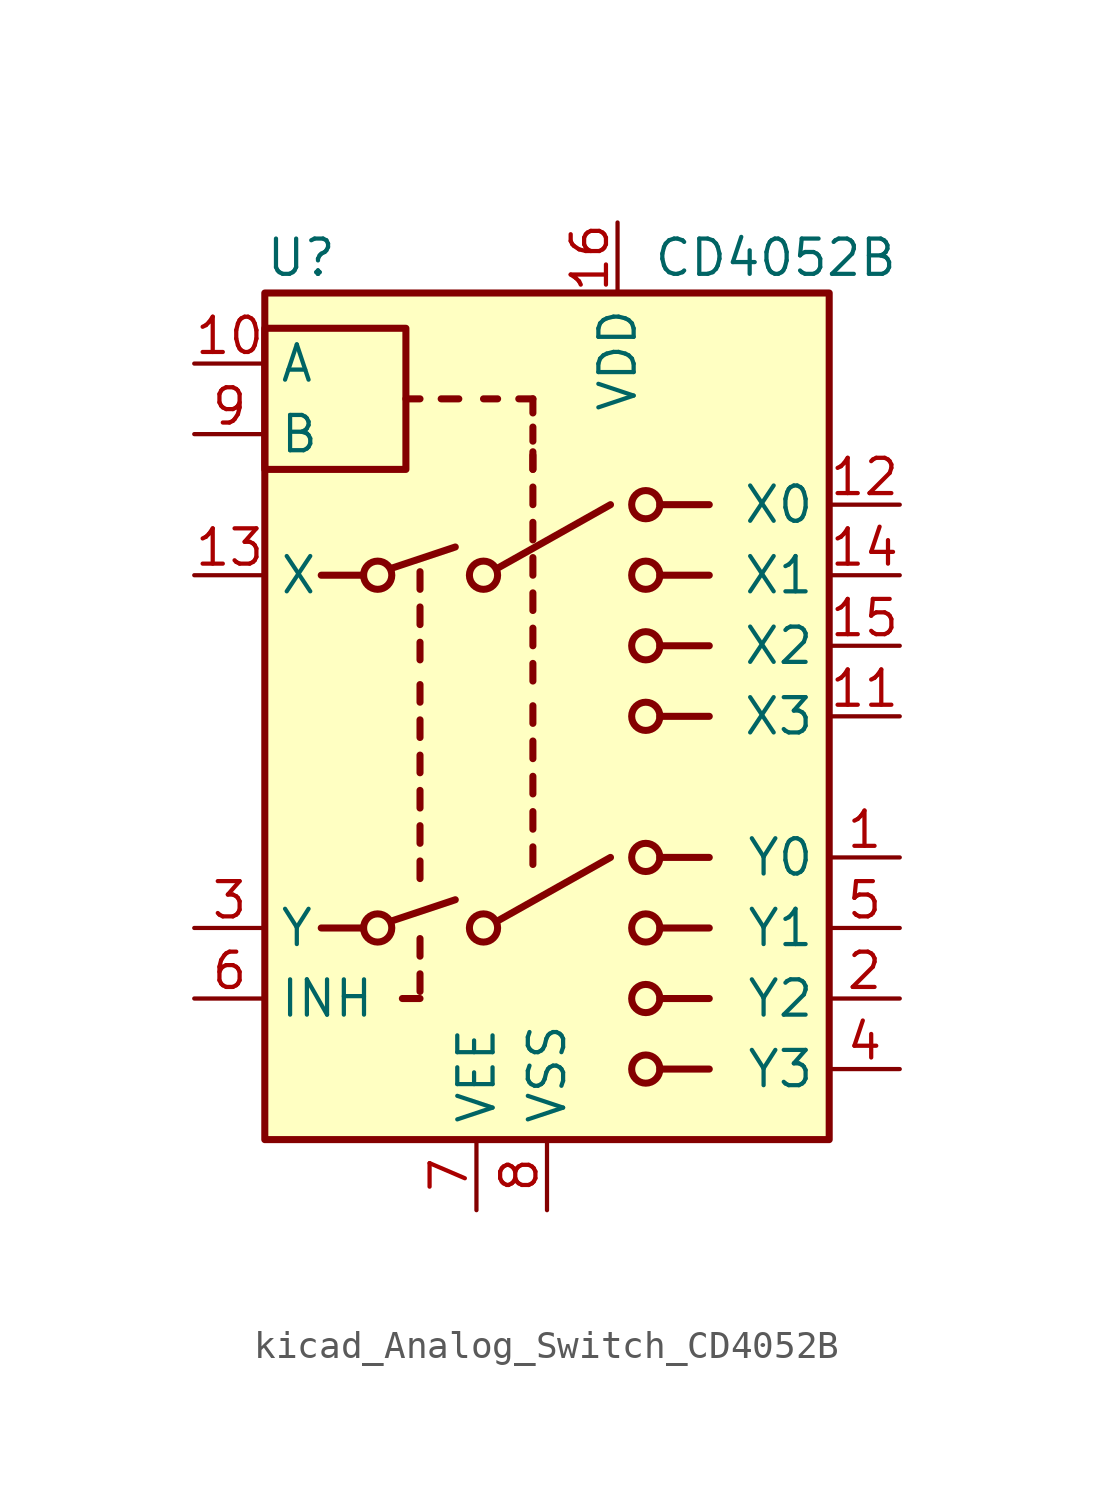
<source format=kicad_sym>
(kicad_symbol_lib
  (version 20220914)
  (generator kicad_symbol_editor)
  (symbol "kicad_Analog_Switch_CD4052B"
    (property "Reference" "U"
      (at -10.16 16.51 0)
      (effects (font (size 1.27 1.27)) (justify left)))
    (property "Value" "CD4052B"
      (at 3.81 16.51 0)
      (effects (font (size 1.27 1.27)) (justify left)))
    (symbol "kicad_Analog_Switch_CD4052B_0_1"
      (rectangle (start -10.16 8.89) (end -5.08 13.97) (stroke (width 0.254) (type default)) (fill (type none)))
      (rectangle (start -10.16 15.24) (end 10.16 -15.24) (stroke (width 0.254) (type default)) (fill (type background)))
      (circle (center -6.096 -7.62) (radius 0.508) (stroke (width 0.254) (type default)) (fill (type none)))
      (circle (center -6.096 5.08) (radius 0.508) (stroke (width 0.254) (type default)) (fill (type none)))
      (circle (center -2.286 -7.62) (radius 0.508) (stroke (width 0.254) (type default)) (fill (type none)))
      (circle (center -2.286 5.08) (radius 0.508) (stroke (width 0.254) (type default)) (fill (type none)))
      (polyline (pts (xy -8.128 -7.62) (xy -6.604 -7.62)) (stroke (width 0.254) (type default)) (fill (type none)))
      (polyline (pts (xy -8.128 5.08) (xy -6.604 5.08)) (stroke (width 0.254) (type default)) (fill (type none)))
      (polyline (pts (xy -5.588 -7.366) (xy -3.302 -6.604)) (stroke (width 0.254) (type default)) (fill (type none)))
      (polyline (pts (xy -5.588 5.334) (xy -3.302 6.096)) (stroke (width 0.254) (type default)) (fill (type none)))
      (polyline (pts (xy -4.572 -10.16) (xy -5.207 -10.16)) (stroke (width 0.254) (type default)) (fill (type none)))
      (polyline (pts (xy -4.572 -9.906) (xy -4.572 -9.271)) (stroke (width 0.254) (type default)) (fill (type none)))
      (polyline (pts (xy -4.572 -8.636) (xy -4.572 -8.001)) (stroke (width 0.254) (type default)) (fill (type none)))
      (polyline (pts (xy -4.572 -5.842) (xy -4.572 -5.207)) (stroke (width 0.254) (type default)) (fill (type none)))
      (polyline (pts (xy -4.572 -4.572) (xy -4.572 -3.937)) (stroke (width 0.254) (type default)) (fill (type none)))
      (polyline (pts (xy -4.572 -3.302) (xy -4.572 -2.667)) (stroke (width 0.254) (type default)) (fill (type none)))
      (polyline (pts (xy -4.572 -2.032) (xy -4.572 -1.397)) (stroke (width 0.254) (type default)) (fill (type none)))
      (polyline (pts (xy -4.572 -0.762) (xy -4.572 -0.127)) (stroke (width 0.254) (type default)) (fill (type none)))
      (polyline (pts (xy -4.572 0.508) (xy -4.572 1.143)) (stroke (width 0.254) (type default)) (fill (type none)))
      (polyline (pts (xy -4.572 2.032) (xy -4.572 2.667)) (stroke (width 0.254) (type default)) (fill (type none)))
      (polyline (pts (xy -4.572 3.302) (xy -4.572 3.937)) (stroke (width 0.254) (type default)) (fill (type none)))
      (polyline (pts (xy -4.572 4.572) (xy -4.572 5.207)) (stroke (width 0.254) (type default)) (fill (type none)))
      (polyline (pts (xy -4.572 11.43) (xy -5.08 11.43)) (stroke (width 0.254) (type default)) (fill (type none)))
      (polyline (pts (xy -3.81 11.43) (xy -3.175 11.43)) (stroke (width 0.254) (type default)) (fill (type none)))
      (polyline (pts (xy -1.778 -7.366) (xy 2.286 -5.08)) (stroke (width 0.254) (type default)) (fill (type none)))
      (polyline (pts (xy -1.778 5.334) (xy 2.286 7.62)) (stroke (width 0.254) (type default)) (fill (type none)))
      (polyline (pts (xy -1.778 11.43) (xy -2.286 11.43)) (stroke (width 0.254) (type default)) (fill (type none)))
      (polyline (pts (xy -0.508 -5.334) (xy -0.508 -4.699)) (stroke (width 0.254) (type default)) (fill (type none)))
      (polyline (pts (xy -0.508 -4.064) (xy -0.508 -3.429)) (stroke (width 0.254) (type default)) (fill (type none)))
      (polyline (pts (xy -0.508 -2.794) (xy -0.508 -2.159)) (stroke (width 0.254) (type default)) (fill (type none)))
      (polyline (pts (xy -0.508 -1.524) (xy -0.508 -0.889)) (stroke (width 0.254) (type default)) (fill (type none)))
      (polyline (pts (xy -0.508 -0.254) (xy -0.508 0.381)) (stroke (width 0.254) (type default)) (fill (type none)))
      (polyline (pts (xy -0.508 1.27) (xy -0.508 1.905)) (stroke (width 0.254) (type default)) (fill (type none)))
      (polyline (pts (xy -0.508 2.54) (xy -0.508 3.175)) (stroke (width 0.254) (type default)) (fill (type none)))
      (polyline (pts (xy -0.508 3.81) (xy -0.508 4.445)) (stroke (width 0.254) (type default)) (fill (type none)))
      (polyline (pts (xy -0.508 5.08) (xy -0.508 5.715)) (stroke (width 0.254) (type default)) (fill (type none)))
      (polyline (pts (xy -0.508 6.35) (xy -0.508 6.985)) (stroke (width 0.254) (type default)) (fill (type none)))
      (polyline (pts (xy -0.508 7.62) (xy -0.508 8.255)) (stroke (width 0.254) (type default)) (fill (type none)))
      (polyline (pts (xy -0.508 8.89) (xy -0.508 9.398)) (stroke (width 0.254) (type default)) (fill (type none)))
      (polyline (pts (xy -0.508 8.89) (xy -0.508 9.525)) (stroke (width 0.254) (type default)) (fill (type none)))
      (polyline (pts (xy -0.508 9.906) (xy -0.508 10.414)) (stroke (width 0.254) (type default)) (fill (type none)))
      (polyline (pts (xy -0.508 10.922) (xy -0.508 11.43)) (stroke (width 0.254) (type default)) (fill (type none)))
      (polyline (pts (xy -0.508 11.43) (xy -1.016 11.43)) (stroke (width 0.254) (type default)) (fill (type none)))
      (polyline (pts (xy 4.064 -12.7) (xy 5.842 -12.7)) (stroke (width 0.254) (type default)) (fill (type none)))
      (polyline (pts (xy 4.064 -10.16) (xy 5.842 -10.16)) (stroke (width 0.254) (type default)) (fill (type none)))
      (polyline (pts (xy 4.064 -7.62) (xy 5.842 -7.62)) (stroke (width 0.254) (type default)) (fill (type none)))
      (polyline (pts (xy 4.064 -5.08) (xy 5.842 -5.08)) (stroke (width 0.254) (type default)) (fill (type none)))
      (polyline (pts (xy 4.064 0) (xy 5.842 0)) (stroke (width 0.254) (type default)) (fill (type none)))
      (polyline (pts (xy 4.064 2.54) (xy 5.842 2.54)) (stroke (width 0.254) (type default)) (fill (type none)))
      (polyline (pts (xy 4.064 5.08) (xy 5.842 5.08)) (stroke (width 0.254) (type default)) (fill (type none)))
      (polyline (pts (xy 4.064 7.62) (xy 5.842 7.62)) (stroke (width 0.254) (type default)) (fill (type none)))
      (circle (center 3.556 -12.7) (radius 0.508) (stroke (width 0.254) (type default)) (fill (type none)))
      (circle (center 3.556 -10.16) (radius 0.508) (stroke (width 0.254) (type default)) (fill (type none)))
      (circle (center 3.556 -7.62) (radius 0.508) (stroke (width 0.254) (type default)) (fill (type none)))
      (circle (center 3.556 -5.08) (radius 0.508) (stroke (width 0.254) (type default)) (fill (type none)))
      (circle (center 3.556 0) (radius 0.508) (stroke (width 0.254) (type default)) (fill (type none)))
      (circle (center 3.556 2.54) (radius 0.508) (stroke (width 0.254) (type default)) (fill (type none)))
      (circle (center 3.556 5.08) (radius 0.508) (stroke (width 0.254) (type default)) (fill (type none)))
      (circle (center 3.556 7.62) (radius 0.508) (stroke (width 0.254) (type default)) (fill (type none))))
    (symbol "kicad_Analog_Switch_CD4052B_1_1"
      (pin bidirectional line (at 12.7 -5.08 180) (length 2.54) (name "Y0" (effects (font (size 1.27 1.27)))) (number "1" (effects (font (size 1.27 1.27)))))
      (pin input line (at -12.7 12.7 0) (length 2.54) (name "A" (effects (font (size 1.27 1.27)))) (number "10" (effects (font (size 1.27 1.27)))))
      (pin bidirectional line (at 12.7 0 180) (length 2.54) (name "X3" (effects (font (size 1.27 1.27)))) (number "11" (effects (font (size 1.27 1.27)))))
      (pin bidirectional line (at 12.7 7.62 180) (length 2.54) (name "X0" (effects (font (size 1.27 1.27)))) (number "12" (effects (font (size 1.27 1.27)))))
      (pin bidirectional line (at -12.7 5.08 0) (length 2.54) (name "X" (effects (font (size 1.27 1.27)))) (number "13" (effects (font (size 1.27 1.27)))))
      (pin bidirectional line (at 12.7 5.08 180) (length 2.54) (name "X1" (effects (font (size 1.27 1.27)))) (number "14" (effects (font (size 1.27 1.27)))))
      (pin bidirectional line (at 12.7 2.54 180) (length 2.54) (name "X2" (effects (font (size 1.27 1.27)))) (number "15" (effects (font (size 1.27 1.27)))))
      (pin power_in line (at 2.54 17.78 270) (length 2.54) (name "VDD" (effects (font (size 1.27 1.27)))) (number "16" (effects (font (size 1.27 1.27)))))
      (pin bidirectional line (at 12.7 -10.16 180) (length 2.54) (name "Y2" (effects (font (size 1.27 1.27)))) (number "2" (effects (font (size 1.27 1.27)))))
      (pin bidirectional line (at -12.7 -7.62 0) (length 2.54) (name "Y" (effects (font (size 1.27 1.27)))) (number "3" (effects (font (size 1.27 1.27)))))
      (pin bidirectional line (at 12.7 -12.7 180) (length 2.54) (name "Y3" (effects (font (size 1.27 1.27)))) (number "4" (effects (font (size 1.27 1.27)))))
      (pin bidirectional line (at 12.7 -7.62 180) (length 2.54) (name "Y1" (effects (font (size 1.27 1.27)))) (number "5" (effects (font (size 1.27 1.27)))))
      (pin input line (at -12.7 -10.16 0) (length 2.54) (name "INH" (effects (font (size 1.27 1.27)))) (number "6" (effects (font (size 1.27 1.27)))))
      (pin power_in line (at -2.54 -17.78 90) (length 2.54) (name "VEE" (effects (font (size 1.27 1.27)))) (number "7" (effects (font (size 1.27 1.27)))))
      (pin power_in line (at 0 -17.78 90) (length 2.54) (name "VSS" (effects (font (size 1.27 1.27)))) (number "8" (effects (font (size 1.27 1.27)))))
      (pin input line (at -12.7 10.16 0) (length 2.54) (name "B" (effects (font (size 1.27 1.27)))) (number "9" (effects (font (size 1.27 1.27))))))))
</source>
